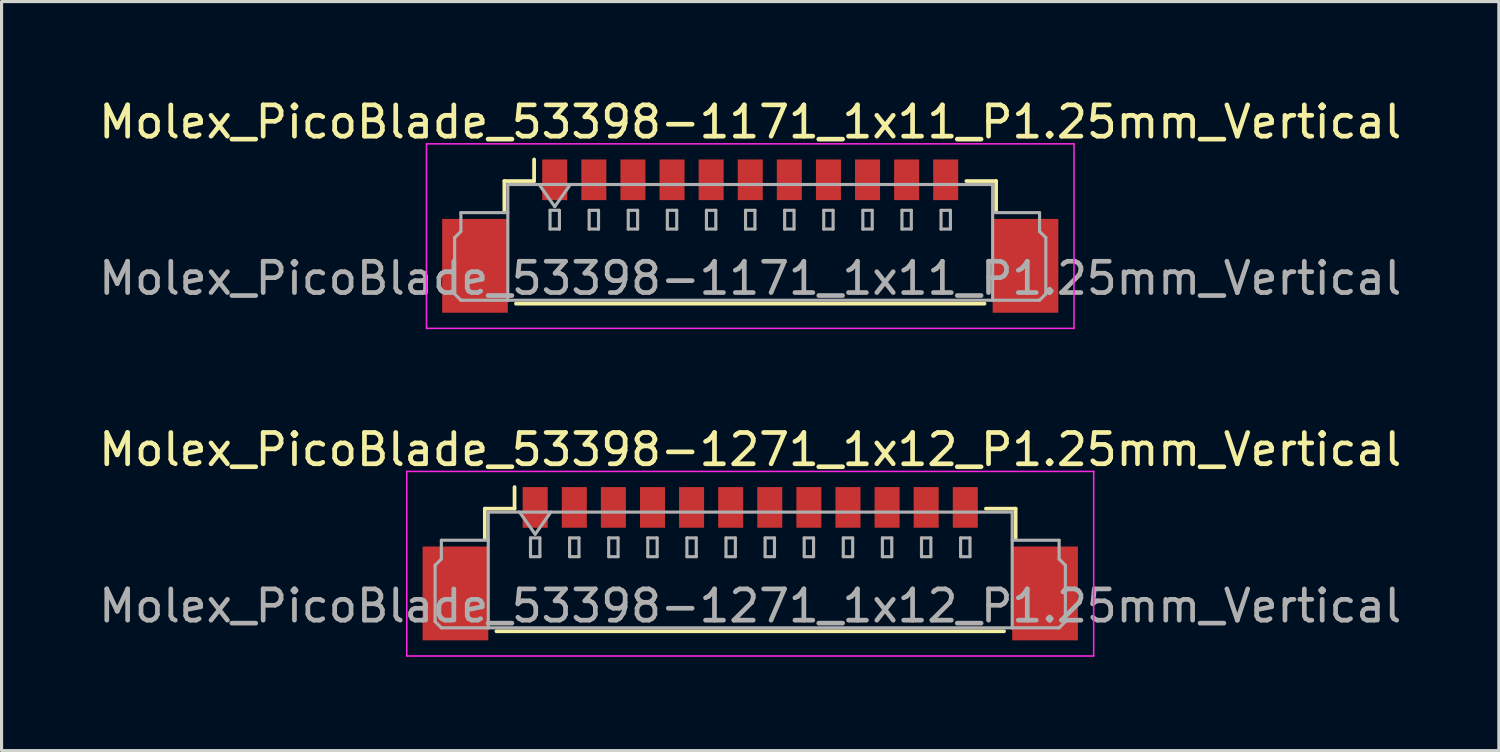
<source format=kicad_pcb>
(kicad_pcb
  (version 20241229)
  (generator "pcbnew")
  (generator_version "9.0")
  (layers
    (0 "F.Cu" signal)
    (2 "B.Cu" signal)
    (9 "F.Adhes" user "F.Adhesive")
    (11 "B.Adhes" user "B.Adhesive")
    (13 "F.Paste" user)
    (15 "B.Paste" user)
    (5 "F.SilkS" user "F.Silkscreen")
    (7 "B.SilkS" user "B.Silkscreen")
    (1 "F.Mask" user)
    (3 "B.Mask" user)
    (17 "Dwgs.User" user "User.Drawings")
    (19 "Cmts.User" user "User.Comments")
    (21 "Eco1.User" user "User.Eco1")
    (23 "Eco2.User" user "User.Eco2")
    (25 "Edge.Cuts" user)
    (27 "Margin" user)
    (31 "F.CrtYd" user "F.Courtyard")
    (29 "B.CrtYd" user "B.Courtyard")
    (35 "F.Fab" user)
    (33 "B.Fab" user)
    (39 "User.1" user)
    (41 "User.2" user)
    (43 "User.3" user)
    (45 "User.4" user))
  (footprint "Molex_PicoBlade_53398-1171_1x11_P1.25mm_Vertical"
    (layer "F.Cu")
    (at 20.935 4.498)
    (property "Reference" "Molex_PicoBlade_53398-1171_1x11_P1.25mm_Vertical" (at 0 -3.65 0) (layer "F.SilkS") (effects (font (size 1 1) (thickness 0.15))))
    (attr smd)
    (fp_line (start -7.86 -1.76) (end -6.91 -1.76) (stroke (width 0.12) (type solid)) (layer "F.SilkS"))
    (fp_line (start -7.86 -0.81) (end -7.86 -1.76) (stroke (width 0.12) (type solid)) (layer "F.SilkS"))
    (fp_line (start -7.49 2.16) (end 7.49 2.16) (stroke (width 0.12) (type solid)) (layer "F.SilkS"))
    (fp_line (start -6.91 -1.76) (end -6.91 -2.45) (stroke (width 0.12) (type solid)) (layer "F.SilkS"))
    (fp_line (start 7.86 -1.76) (end 6.91 -1.76) (stroke (width 0.12) (type solid)) (layer "F.SilkS"))
    (fp_line (start 7.86 -0.81) (end 7.86 -1.76) (stroke (width 0.12) (type solid)) (layer "F.SilkS"))
    (fp_line (start -10.35 -2.95) (end -10.35 2.95) (stroke (width 0.05) (type solid)) (layer "F.CrtYd"))
    (fp_line (start -10.35 2.95) (end 10.35 2.95) (stroke (width 0.05) (type solid)) (layer "F.CrtYd"))
    (fp_line (start 10.35 -2.95) (end -10.35 -2.95) (stroke (width 0.05) (type solid)) (layer "F.CrtYd"))
    (fp_line (start 10.35 2.95) (end 10.35 -2.95) (stroke (width 0.05) (type solid)) (layer "F.CrtYd"))
    (fp_line (start -9.45 0.05) (end -9.25 -0.15) (stroke (width 0.1) (type solid)) (layer "F.Fab"))
    (fp_line (start -9.45 1.85) (end -9.45 0.05) (stroke (width 0.1) (type solid)) (layer "F.Fab"))
    (fp_line (start -9.25 -0.75) (end -7.75 -0.75) (stroke (width 0.1) (type solid)) (layer "F.Fab"))
    (fp_line (start -9.25 -0.15) (end -9.25 -0.75) (stroke (width 0.1) (type solid)) (layer "F.Fab"))
    (fp_line (start -9.25 2.05) (end -9.45 1.85) (stroke (width 0.1) (type solid)) (layer "F.Fab"))
    (fp_line (start -7.75 -1.65) (end -7.75 2.05) (stroke (width 0.1) (type solid)) (layer "F.Fab"))
    (fp_line (start -7.75 -1.65) (end 7.75 -1.65) (stroke (width 0.1) (type solid)) (layer "F.Fab"))
    (fp_line (start -7.75 2.05) (end -9.25 2.05) (stroke (width 0.1) (type solid)) (layer "F.Fab"))
    (fp_line (start -7.75 2.05) (end 7.75 2.05) (stroke (width 0.1) (type solid)) (layer "F.Fab"))
    (fp_line (start -6.75 -1.65) (end -6.25 -0.943) (stroke (width 0.1) (type solid)) (layer "F.Fab"))
    (fp_line (start -6.4 -0.825) (end -6.4 -0.225) (stroke (width 0.1) (type solid)) (layer "F.Fab"))
    (fp_line (start -6.4 -0.225) (end -6.1 -0.225) (stroke (width 0.1) (type solid)) (layer "F.Fab"))
    (fp_line (start -6.25 -0.943) (end -5.75 -1.65) (stroke (width 0.1) (type solid)) (layer "F.Fab"))
    (fp_line (start -6.1 -0.825) (end -6.4 -0.825) (stroke (width 0.1) (type solid)) (layer "F.Fab"))
    (fp_line (start -6.1 -0.225) (end -6.1 -0.825) (stroke (width 0.1) (type solid)) (layer "F.Fab"))
    (fp_line (start -5.15 -0.825) (end -5.15 -0.225) (stroke (width 0.1) (type solid)) (layer "F.Fab"))
    (fp_line (start -5.15 -0.225) (end -4.85 -0.225) (stroke (width 0.1) (type solid)) (layer "F.Fab"))
    (fp_line (start -4.85 -0.825) (end -5.15 -0.825) (stroke (width 0.1) (type solid)) (layer "F.Fab"))
    (fp_line (start -4.85 -0.225) (end -4.85 -0.825) (stroke (width 0.1) (type solid)) (layer "F.Fab"))
    (fp_line (start -3.9 -0.825) (end -3.9 -0.225) (stroke (width 0.1) (type solid)) (layer "F.Fab"))
    (fp_line (start -3.9 -0.225) (end -3.6 -0.225) (stroke (width 0.1) (type solid)) (layer "F.Fab"))
    (fp_line (start -3.6 -0.825) (end -3.9 -0.825) (stroke (width 0.1) (type solid)) (layer "F.Fab"))
    (fp_line (start -3.6 -0.225) (end -3.6 -0.825) (stroke (width 0.1) (type solid)) (layer "F.Fab"))
    (fp_line (start -2.65 -0.825) (end -2.65 -0.225) (stroke (width 0.1) (type solid)) (layer "F.Fab"))
    (fp_line (start -2.65 -0.225) (end -2.35 -0.225) (stroke (width 0.1) (type solid)) (layer "F.Fab"))
    (fp_line (start -2.35 -0.825) (end -2.65 -0.825) (stroke (width 0.1) (type solid)) (layer "F.Fab"))
    (fp_line (start -2.35 -0.225) (end -2.35 -0.825) (stroke (width 0.1) (type solid)) (layer "F.Fab"))
    (fp_line (start -1.4 -0.825) (end -1.4 -0.225) (stroke (width 0.1) (type solid)) (layer "F.Fab"))
    (fp_line (start -1.4 -0.225) (end -1.1 -0.225) (stroke (width 0.1) (type solid)) (layer "F.Fab"))
    (fp_line (start -1.1 -0.825) (end -1.4 -0.825) (stroke (width 0.1) (type solid)) (layer "F.Fab"))
    (fp_line (start -1.1 -0.225) (end -1.1 -0.825) (stroke (width 0.1) (type solid)) (layer "F.Fab"))
    (fp_line (start -0.15 -0.825) (end -0.15 -0.225) (stroke (width 0.1) (type solid)) (layer "F.Fab"))
    (fp_line (start -0.15 -0.225) (end 0.15 -0.225) (stroke (width 0.1) (type solid)) (layer "F.Fab"))
    (fp_line (start 0.15 -0.825) (end -0.15 -0.825) (stroke (width 0.1) (type solid)) (layer "F.Fab"))
    (fp_line (start 0.15 -0.225) (end 0.15 -0.825) (stroke (width 0.1) (type solid)) (layer "F.Fab"))
    (fp_line (start 1.1 -0.825) (end 1.1 -0.225) (stroke (width 0.1) (type solid)) (layer "F.Fab"))
    (fp_line (start 1.1 -0.225) (end 1.4 -0.225) (stroke (width 0.1) (type solid)) (layer "F.Fab"))
    (fp_line (start 1.4 -0.825) (end 1.1 -0.825) (stroke (width 0.1) (type solid)) (layer "F.Fab"))
    (fp_line (start 1.4 -0.225) (end 1.4 -0.825) (stroke (width 0.1) (type solid)) (layer "F.Fab"))
    (fp_line (start 2.35 -0.825) (end 2.35 -0.225) (stroke (width 0.1) (type solid)) (layer "F.Fab"))
    (fp_line (start 2.35 -0.225) (end 2.65 -0.225) (stroke (width 0.1) (type solid)) (layer "F.Fab"))
    (fp_line (start 2.65 -0.825) (end 2.35 -0.825) (stroke (width 0.1) (type solid)) (layer "F.Fab"))
    (fp_line (start 2.65 -0.225) (end 2.65 -0.825) (stroke (width 0.1) (type solid)) (layer "F.Fab"))
    (fp_line (start 3.6 -0.825) (end 3.6 -0.225) (stroke (width 0.1) (type solid)) (layer "F.Fab"))
    (fp_line (start 3.6 -0.225) (end 3.9 -0.225) (stroke (width 0.1) (type solid)) (layer "F.Fab"))
    (fp_line (start 3.9 -0.825) (end 3.6 -0.825) (stroke (width 0.1) (type solid)) (layer "F.Fab"))
    (fp_line (start 3.9 -0.225) (end 3.9 -0.825) (stroke (width 0.1) (type solid)) (layer "F.Fab"))
    (fp_line (start 4.85 -0.825) (end 4.85 -0.225) (stroke (width 0.1) (type solid)) (layer "F.Fab"))
    (fp_line (start 4.85 -0.225) (end 5.15 -0.225) (stroke (width 0.1) (type solid)) (layer "F.Fab"))
    (fp_line (start 5.15 -0.825) (end 4.85 -0.825) (stroke (width 0.1) (type solid)) (layer "F.Fab"))
    (fp_line (start 5.15 -0.225) (end 5.15 -0.825) (stroke (width 0.1) (type solid)) (layer "F.Fab"))
    (fp_line (start 6.1 -0.825) (end 6.1 -0.225) (stroke (width 0.1) (type solid)) (layer "F.Fab"))
    (fp_line (start 6.1 -0.225) (end 6.4 -0.225) (stroke (width 0.1) (type solid)) (layer "F.Fab"))
    (fp_line (start 6.4 -0.825) (end 6.1 -0.825) (stroke (width 0.1) (type solid)) (layer "F.Fab"))
    (fp_line (start 6.4 -0.225) (end 6.4 -0.825) (stroke (width 0.1) (type solid)) (layer "F.Fab"))
    (fp_line (start 7.75 -1.65) (end 7.75 2.05) (stroke (width 0.1) (type solid)) (layer "F.Fab"))
    (fp_line (start 7.75 2.05) (end 9.25 2.05) (stroke (width 0.1) (type solid)) (layer "F.Fab"))
    (fp_line (start 9.25 -0.75) (end 7.75 -0.75) (stroke (width 0.1) (type solid)) (layer "F.Fab"))
    (fp_line (start 9.25 -0.15) (end 9.25 -0.75) (stroke (width 0.1) (type solid)) (layer "F.Fab"))
    (fp_line (start 9.25 2.05) (end 9.45 1.85) (stroke (width 0.1) (type solid)) (layer "F.Fab"))
    (fp_line (start 9.45 0.05) (end 9.25 -0.15) (stroke (width 0.1) (type solid)) (layer "F.Fab"))
    (fp_line (start 9.45 1.85) (end 9.45 0.05) (stroke (width 0.1) (type solid)) (layer "F.Fab"))
    (fp_text user "${REFERENCE}" (at 0 1.35 0) (layer "F.Fab") (effects (font (size 1 1) (thickness 0.15))))
    (pad "" smd rect (at -8.8 0.95) (size 2.1 3) (layers "F.Cu" "F.Mask" "F.Paste"))
    (pad "" smd rect (at 8.8 0.95) (size 2.1 3) (layers "F.Cu" "F.Mask" "F.Paste"))
    (pad "1" smd rect (at -6.25 -1.8) (size 0.8 1.3) (layers "F.Cu" "F.Mask" "F.Paste"))
    (pad "2" smd rect (at -5 -1.8) (size 0.8 1.3) (layers "F.Cu" "F.Mask" "F.Paste"))
    (pad "3" smd rect (at -3.75 -1.8) (size 0.8 1.3) (layers "F.Cu" "F.Mask" "F.Paste"))
    (pad "4" smd rect (at -2.5 -1.8) (size 0.8 1.3) (layers "F.Cu" "F.Mask" "F.Paste"))
    (pad "5" smd rect (at -1.25 -1.8) (size 0.8 1.3) (layers "F.Cu" "F.Mask" "F.Paste"))
    (pad "6" smd rect (at 0 -1.8) (size 0.8 1.3) (layers "F.Cu" "F.Mask" "F.Paste"))
    (pad "7" smd rect (at 1.25 -1.8) (size 0.8 1.3) (layers "F.Cu" "F.Mask" "F.Paste"))
    (pad "8" smd rect (at 2.5 -1.8) (size 0.8 1.3) (layers "F.Cu" "F.Mask" "F.Paste"))
    (pad "9" smd rect (at 3.75 -1.8) (size 0.8 1.3) (layers "F.Cu" "F.Mask" "F.Paste"))
    (pad "10" smd rect (at 5 -1.8) (size 0.8 1.3) (layers "F.Cu" "F.Mask" "F.Paste"))
    (pad "11" smd rect (at 6.25 -1.8) (size 0.8 1.3) (layers "F.Cu" "F.Mask" "F.Paste")))
  (footprint "Molex_PicoBlade_53398-1271_1x12_P1.25mm_Vertical"
    (layer "F.Cu")
    (at 20.935 14.972)
    (property "Reference" "Molex_PicoBlade_53398-1271_1x12_P1.25mm_Vertical" (at 0 -3.65 0) (layer "F.SilkS") (effects (font (size 1 1) (thickness 0.15))))
    (attr smd)
    (fp_line (start -8.485 -1.76) (end -7.535 -1.76) (stroke (width 0.12) (type solid)) (layer "F.SilkS"))
    (fp_line (start -8.485 -0.81) (end -8.485 -1.76) (stroke (width 0.12) (type solid)) (layer "F.SilkS"))
    (fp_line (start -8.115 2.16) (end 8.115 2.16) (stroke (width 0.12) (type solid)) (layer "F.SilkS"))
    (fp_line (start -7.535 -1.76) (end -7.535 -2.45) (stroke (width 0.12) (type solid)) (layer "F.SilkS"))
    (fp_line (start 8.485 -1.76) (end 7.535 -1.76) (stroke (width 0.12) (type solid)) (layer "F.SilkS"))
    (fp_line (start 8.485 -0.81) (end 8.485 -1.76) (stroke (width 0.12) (type solid)) (layer "F.SilkS"))
    (fp_line (start -10.98 -2.95) (end -10.98 2.95) (stroke (width 0.05) (type solid)) (layer "F.CrtYd"))
    (fp_line (start -10.98 2.95) (end 10.98 2.95) (stroke (width 0.05) (type solid)) (layer "F.CrtYd"))
    (fp_line (start 10.98 -2.95) (end -10.98 -2.95) (stroke (width 0.05) (type solid)) (layer "F.CrtYd"))
    (fp_line (start 10.98 2.95) (end 10.98 -2.95) (stroke (width 0.05) (type solid)) (layer "F.CrtYd"))
    (fp_line (start -10.075 0.05) (end -9.875 -0.15) (stroke (width 0.1) (type solid)) (layer "F.Fab"))
    (fp_line (start -10.075 1.85) (end -10.075 0.05) (stroke (width 0.1) (type solid)) (layer "F.Fab"))
    (fp_line (start -9.875 -0.75) (end -8.375 -0.75) (stroke (width 0.1) (type solid)) (layer "F.Fab"))
    (fp_line (start -9.875 -0.15) (end -9.875 -0.75) (stroke (width 0.1) (type solid)) (layer "F.Fab"))
    (fp_line (start -9.875 2.05) (end -10.075 1.85) (stroke (width 0.1) (type solid)) (layer "F.Fab"))
    (fp_line (start -8.375 -1.65) (end -8.375 2.05) (stroke (width 0.1) (type solid)) (layer "F.Fab"))
    (fp_line (start -8.375 -1.65) (end 8.375 -1.65) (stroke (width 0.1) (type solid)) (layer "F.Fab"))
    (fp_line (start -8.375 2.05) (end -9.875 2.05) (stroke (width 0.1) (type solid)) (layer "F.Fab"))
    (fp_line (start -8.375 2.05) (end 8.375 2.05) (stroke (width 0.1) (type solid)) (layer "F.Fab"))
    (fp_line (start -7.375 -1.65) (end -6.875 -0.943) (stroke (width 0.1) (type solid)) (layer "F.Fab"))
    (fp_line (start -7.025 -0.825) (end -7.025 -0.225) (stroke (width 0.1) (type solid)) (layer "F.Fab"))
    (fp_line (start -7.025 -0.225) (end -6.725 -0.225) (stroke (width 0.1) (type solid)) (layer "F.Fab"))
    (fp_line (start -6.875 -0.943) (end -6.375 -1.65) (stroke (width 0.1) (type solid)) (layer "F.Fab"))
    (fp_line (start -6.725 -0.825) (end -7.025 -0.825) (stroke (width 0.1) (type solid)) (layer "F.Fab"))
    (fp_line (start -6.725 -0.225) (end -6.725 -0.825) (stroke (width 0.1) (type solid)) (layer "F.Fab"))
    (fp_line (start -5.775 -0.825) (end -5.775 -0.225) (stroke (width 0.1) (type solid)) (layer "F.Fab"))
    (fp_line (start -5.775 -0.225) (end -5.475 -0.225) (stroke (width 0.1) (type solid)) (layer "F.Fab"))
    (fp_line (start -5.475 -0.825) (end -5.775 -0.825) (stroke (width 0.1) (type solid)) (layer "F.Fab"))
    (fp_line (start -5.475 -0.225) (end -5.475 -0.825) (stroke (width 0.1) (type solid)) (layer "F.Fab"))
    (fp_line (start -4.525 -0.825) (end -4.525 -0.225) (stroke (width 0.1) (type solid)) (layer "F.Fab"))
    (fp_line (start -4.525 -0.225) (end -4.225 -0.225) (stroke (width 0.1) (type solid)) (layer "F.Fab"))
    (fp_line (start -4.225 -0.825) (end -4.525 -0.825) (stroke (width 0.1) (type solid)) (layer "F.Fab"))
    (fp_line (start -4.225 -0.225) (end -4.225 -0.825) (stroke (width 0.1) (type solid)) (layer "F.Fab"))
    (fp_line (start -3.275 -0.825) (end -3.275 -0.225) (stroke (width 0.1) (type solid)) (layer "F.Fab"))
    (fp_line (start -3.275 -0.225) (end -2.975 -0.225) (stroke (width 0.1) (type solid)) (layer "F.Fab"))
    (fp_line (start -2.975 -0.825) (end -3.275 -0.825) (stroke (width 0.1) (type solid)) (layer "F.Fab"))
    (fp_line (start -2.975 -0.225) (end -2.975 -0.825) (stroke (width 0.1) (type solid)) (layer "F.Fab"))
    (fp_line (start -2.025 -0.825) (end -2.025 -0.225) (stroke (width 0.1) (type solid)) (layer "F.Fab"))
    (fp_line (start -2.025 -0.225) (end -1.725 -0.225) (stroke (width 0.1) (type solid)) (layer "F.Fab"))
    (fp_line (start -1.725 -0.825) (end -2.025 -0.825) (stroke (width 0.1) (type solid)) (layer "F.Fab"))
    (fp_line (start -1.725 -0.225) (end -1.725 -0.825) (stroke (width 0.1) (type solid)) (layer "F.Fab"))
    (fp_line (start -0.775 -0.825) (end -0.775 -0.225) (stroke (width 0.1) (type solid)) (layer "F.Fab"))
    (fp_line (start -0.775 -0.225) (end -0.475 -0.225) (stroke (width 0.1) (type solid)) (layer "F.Fab"))
    (fp_line (start -0.475 -0.825) (end -0.775 -0.825) (stroke (width 0.1) (type solid)) (layer "F.Fab"))
    (fp_line (start -0.475 -0.225) (end -0.475 -0.825) (stroke (width 0.1) (type solid)) (layer "F.Fab"))
    (fp_line (start 0.475 -0.825) (end 0.475 -0.225) (stroke (width 0.1) (type solid)) (layer "F.Fab"))
    (fp_line (start 0.475 -0.225) (end 0.775 -0.225) (stroke (width 0.1) (type solid)) (layer "F.Fab"))
    (fp_line (start 0.775 -0.825) (end 0.475 -0.825) (stroke (width 0.1) (type solid)) (layer "F.Fab"))
    (fp_line (start 0.775 -0.225) (end 0.775 -0.825) (stroke (width 0.1) (type solid)) (layer "F.Fab"))
    (fp_line (start 1.725 -0.825) (end 1.725 -0.225) (stroke (width 0.1) (type solid)) (layer "F.Fab"))
    (fp_line (start 1.725 -0.225) (end 2.025 -0.225) (stroke (width 0.1) (type solid)) (layer "F.Fab"))
    (fp_line (start 2.025 -0.825) (end 1.725 -0.825) (stroke (width 0.1) (type solid)) (layer "F.Fab"))
    (fp_line (start 2.025 -0.225) (end 2.025 -0.825) (stroke (width 0.1) (type solid)) (layer "F.Fab"))
    (fp_line (start 2.975 -0.825) (end 2.975 -0.225) (stroke (width 0.1) (type solid)) (layer "F.Fab"))
    (fp_line (start 2.975 -0.225) (end 3.275 -0.225) (stroke (width 0.1) (type solid)) (layer "F.Fab"))
    (fp_line (start 3.275 -0.825) (end 2.975 -0.825) (stroke (width 0.1) (type solid)) (layer "F.Fab"))
    (fp_line (start 3.275 -0.225) (end 3.275 -0.825) (stroke (width 0.1) (type solid)) (layer "F.Fab"))
    (fp_line (start 4.225 -0.825) (end 4.225 -0.225) (stroke (width 0.1) (type solid)) (layer "F.Fab"))
    (fp_line (start 4.225 -0.225) (end 4.525 -0.225) (stroke (width 0.1) (type solid)) (layer "F.Fab"))
    (fp_line (start 4.525 -0.825) (end 4.225 -0.825) (stroke (width 0.1) (type solid)) (layer "F.Fab"))
    (fp_line (start 4.525 -0.225) (end 4.525 -0.825) (stroke (width 0.1) (type solid)) (layer "F.Fab"))
    (fp_line (start 5.475 -0.825) (end 5.475 -0.225) (stroke (width 0.1) (type solid)) (layer "F.Fab"))
    (fp_line (start 5.475 -0.225) (end 5.775 -0.225) (stroke (width 0.1) (type solid)) (layer "F.Fab"))
    (fp_line (start 5.775 -0.825) (end 5.475 -0.825) (stroke (width 0.1) (type solid)) (layer "F.Fab"))
    (fp_line (start 5.775 -0.225) (end 5.775 -0.825) (stroke (width 0.1) (type solid)) (layer "F.Fab"))
    (fp_line (start 6.725 -0.825) (end 6.725 -0.225) (stroke (width 0.1) (type solid)) (layer "F.Fab"))
    (fp_line (start 6.725 -0.225) (end 7.025 -0.225) (stroke (width 0.1) (type solid)) (layer "F.Fab"))
    (fp_line (start 7.025 -0.825) (end 6.725 -0.825) (stroke (width 0.1) (type solid)) (layer "F.Fab"))
    (fp_line (start 7.025 -0.225) (end 7.025 -0.825) (stroke (width 0.1) (type solid)) (layer "F.Fab"))
    (fp_line (start 8.375 -1.65) (end 8.375 2.05) (stroke (width 0.1) (type solid)) (layer "F.Fab"))
    (fp_line (start 8.375 2.05) (end 9.875 2.05) (stroke (width 0.1) (type solid)) (layer "F.Fab"))
    (fp_line (start 9.875 -0.75) (end 8.375 -0.75) (stroke (width 0.1) (type solid)) (layer "F.Fab"))
    (fp_line (start 9.875 -0.15) (end 9.875 -0.75) (stroke (width 0.1) (type solid)) (layer "F.Fab"))
    (fp_line (start 9.875 2.05) (end 10.075 1.85) (stroke (width 0.1) (type solid)) (layer "F.Fab"))
    (fp_line (start 10.075 0.05) (end 9.875 -0.15) (stroke (width 0.1) (type solid)) (layer "F.Fab"))
    (fp_line (start 10.075 1.85) (end 10.075 0.05) (stroke (width 0.1) (type solid)) (layer "F.Fab"))
    (fp_text user "${REFERENCE}" (at 0 1.35 0) (layer "F.Fab") (effects (font (size 1 1) (thickness 0.15))))
    (pad "" smd rect (at -9.425 0.95) (size 2.1 3) (layers "F.Cu" "F.Mask" "F.Paste"))
    (pad "" smd rect (at 9.425 0.95) (size 2.1 3) (layers "F.Cu" "F.Mask" "F.Paste"))
    (pad "1" smd rect (at -6.875 -1.8) (size 0.8 1.3) (layers "F.Cu" "F.Mask" "F.Paste"))
    (pad "2" smd rect (at -5.625 -1.8) (size 0.8 1.3) (layers "F.Cu" "F.Mask" "F.Paste"))
    (pad "3" smd rect (at -4.375 -1.8) (size 0.8 1.3) (layers "F.Cu" "F.Mask" "F.Paste"))
    (pad "4" smd rect (at -3.125 -1.8) (size 0.8 1.3) (layers "F.Cu" "F.Mask" "F.Paste"))
    (pad "5" smd rect (at -1.875 -1.8) (size 0.8 1.3) (layers "F.Cu" "F.Mask" "F.Paste"))
    (pad "6" smd rect (at -0.625 -1.8) (size 0.8 1.3) (layers "F.Cu" "F.Mask" "F.Paste"))
    (pad "7" smd rect (at 0.625 -1.8) (size 0.8 1.3) (layers "F.Cu" "F.Mask" "F.Paste"))
    (pad "8" smd rect (at 1.875 -1.8) (size 0.8 1.3) (layers "F.Cu" "F.Mask" "F.Paste"))
    (pad "9" smd rect (at 3.125 -1.8) (size 0.8 1.3) (layers "F.Cu" "F.Mask" "F.Paste"))
    (pad "10" smd rect (at 4.375 -1.8) (size 0.8 1.3) (layers "F.Cu" "F.Mask" "F.Paste"))
    (pad "11" smd rect (at 5.625 -1.8) (size 0.8 1.3) (layers "F.Cu" "F.Mask" "F.Paste"))
    (pad "12" smd rect (at 6.875 -1.8) (size 0.8 1.3) (layers "F.Cu" "F.Mask" "F.Paste")))
  (gr_rect
    (start -3 -3)
    (end 44.869 20.947)
    (stroke (width 0.1) (type default))
    (fill no)
    (layer "Edge.Cuts")))
</source>
